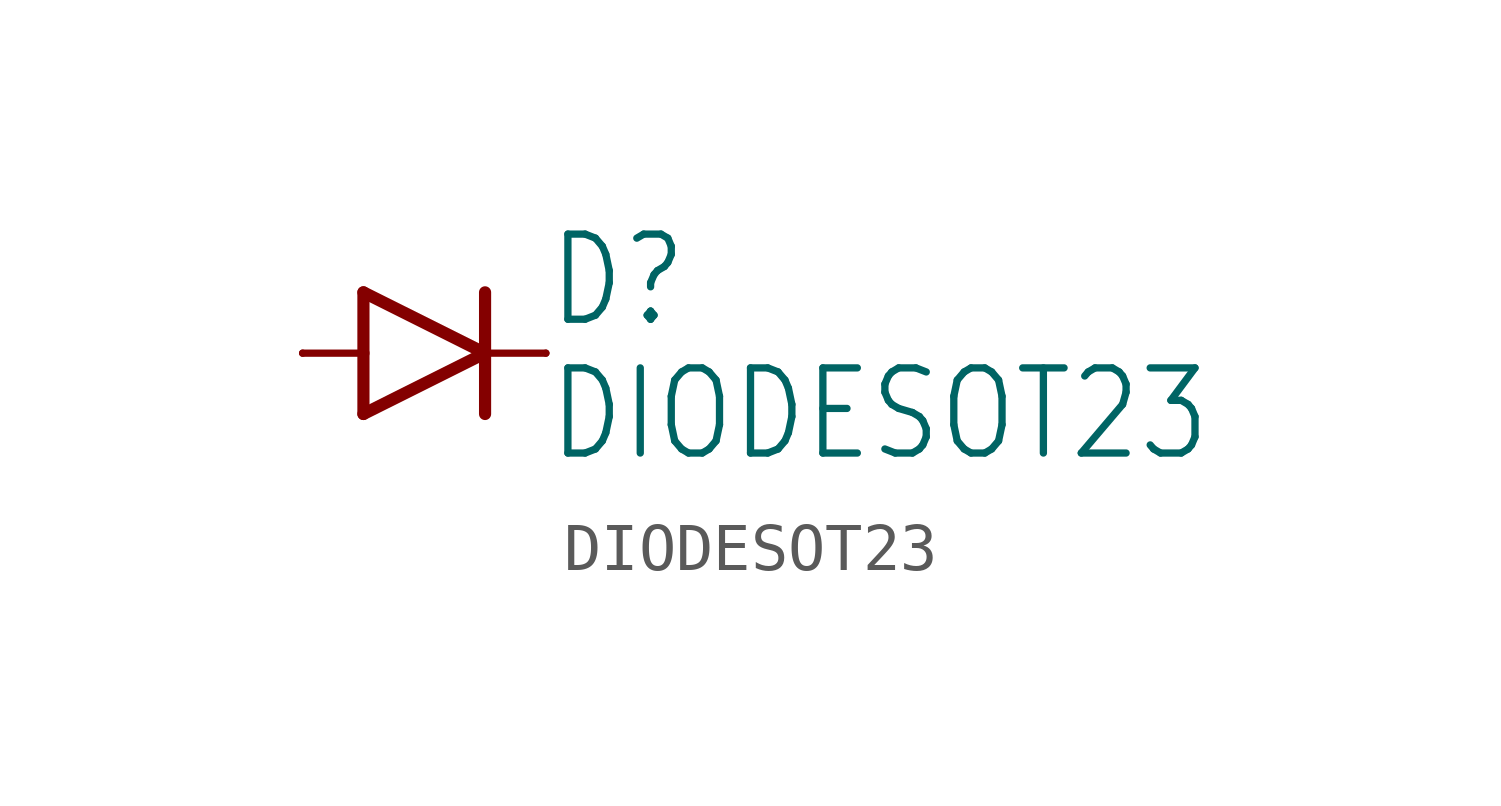
<source format=kicad_sym>
(kicad_symbol_lib
  (version 20220914)
  (generator kicad_symbol_editor)
  (symbol "DIODESOT23"
    (property "Reference" "D"
      (at 2.54 0.483 0)
      (effects (font (size 1.778 1.511)) (justify left bottom)))
    (property "Value" "DIODESOT23"
      (at 2.54 -2.311 0)
      (effects (font (size 1.778 1.511)) (justify left bottom)))
    (property "ki_locked" ""
      (at 0 0 0)
      (effects (font (size 1.27 1.27))))
    (symbol "DIODESOT23_1_0"
      (polyline (pts (xy -2.54 0) (xy -1.27 0)) (stroke (width 0.152) (type default)) (fill (type none)))
      (polyline (pts (xy -1.27 -1.27) (xy 1.27 0)) (stroke (width 0.254) (type default)) (fill (type none)))
      (polyline (pts (xy -1.27 0) (xy -1.27 -1.27)) (stroke (width 0.254) (type default)) (fill (type none)))
      (polyline (pts (xy -1.27 1.27) (xy -1.27 0)) (stroke (width 0.254) (type default)) (fill (type none)))
      (polyline (pts (xy 1.27 0) (xy -1.27 1.27)) (stroke (width 0.254) (type default)) (fill (type none)))
      (polyline (pts (xy 1.27 0) (xy 1.27 -1.27)) (stroke (width 0.254) (type default)) (fill (type none)))
      (polyline (pts (xy 1.27 1.27) (xy 1.27 0)) (stroke (width 0.254) (type default)) (fill (type none)))
      (polyline (pts (xy 2.54 0) (xy 1.27 0)) (stroke (width 0.152) (type default)) (fill (type none)))
      (pin passive line (at -2.54 0 0) (length 0) (name "A" (effects (font (size 0 0)))) (number "1" (effects (font (size 0 0)))))
      (pin passive line (at 2.54 0 180) (length 0) (name "C" (effects (font (size 0 0)))) (number "3" (effects (font (size 0 0))))))))
</source>
